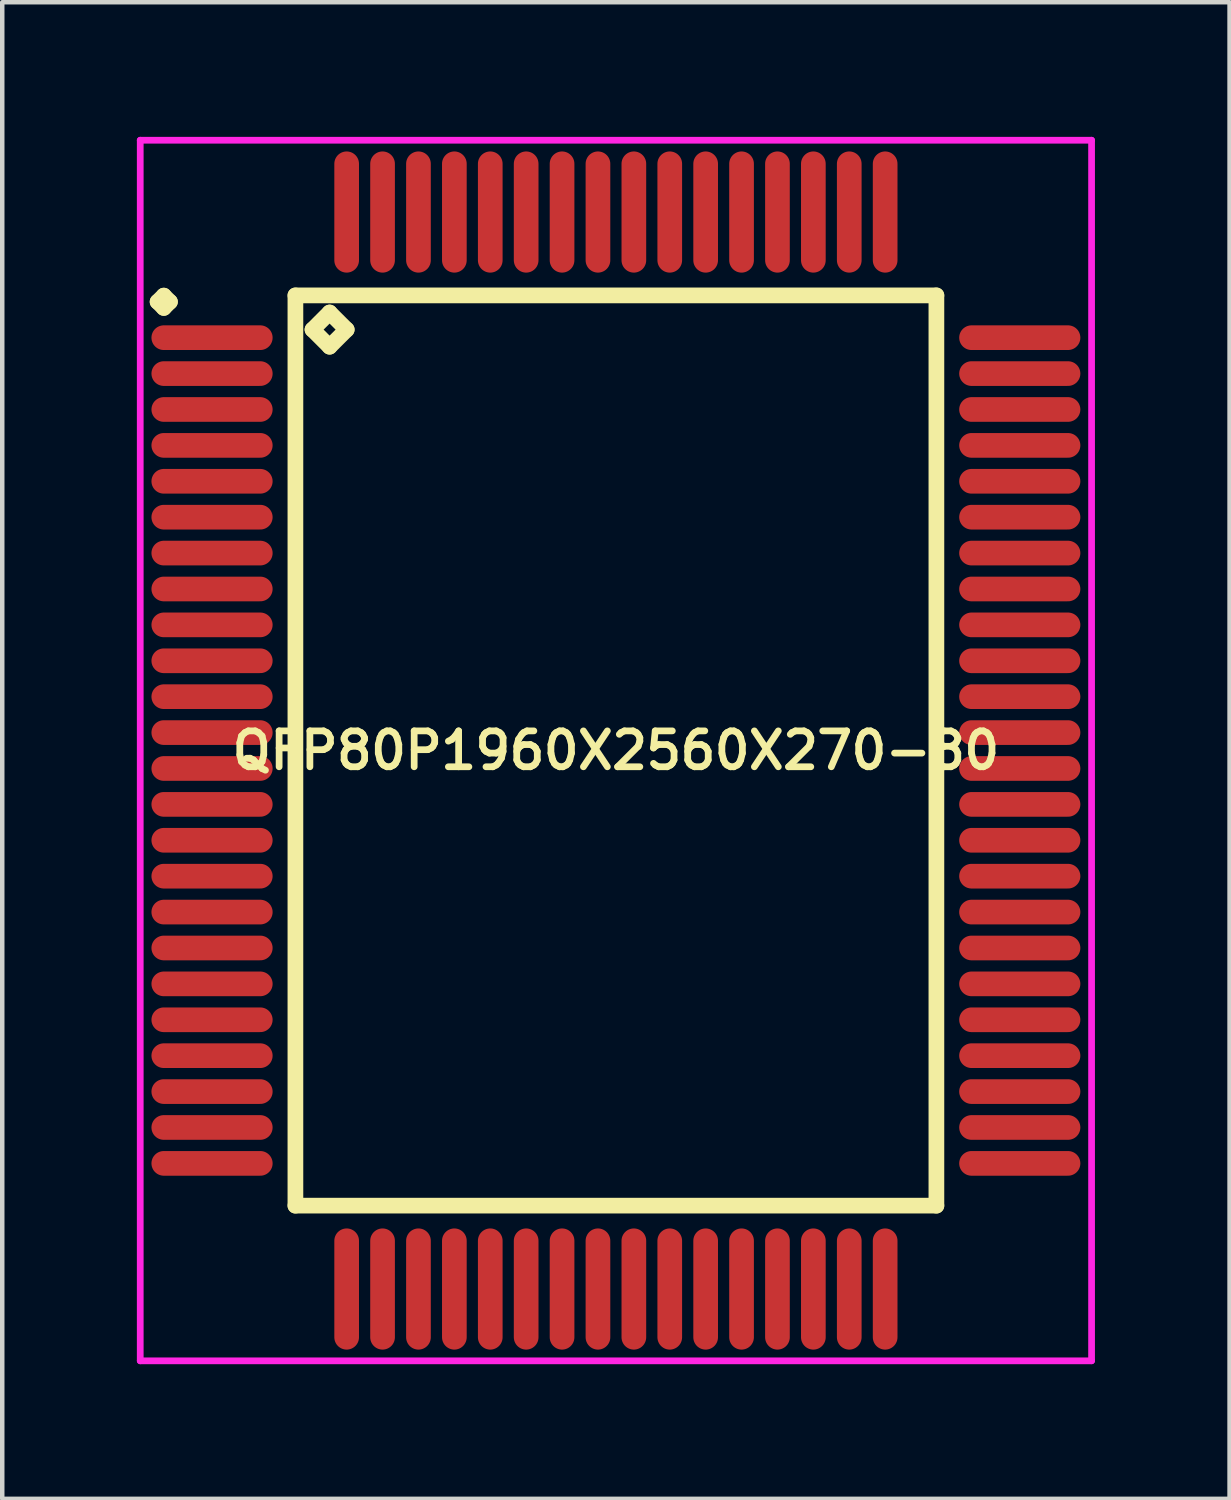
<source format=kicad_pcb>
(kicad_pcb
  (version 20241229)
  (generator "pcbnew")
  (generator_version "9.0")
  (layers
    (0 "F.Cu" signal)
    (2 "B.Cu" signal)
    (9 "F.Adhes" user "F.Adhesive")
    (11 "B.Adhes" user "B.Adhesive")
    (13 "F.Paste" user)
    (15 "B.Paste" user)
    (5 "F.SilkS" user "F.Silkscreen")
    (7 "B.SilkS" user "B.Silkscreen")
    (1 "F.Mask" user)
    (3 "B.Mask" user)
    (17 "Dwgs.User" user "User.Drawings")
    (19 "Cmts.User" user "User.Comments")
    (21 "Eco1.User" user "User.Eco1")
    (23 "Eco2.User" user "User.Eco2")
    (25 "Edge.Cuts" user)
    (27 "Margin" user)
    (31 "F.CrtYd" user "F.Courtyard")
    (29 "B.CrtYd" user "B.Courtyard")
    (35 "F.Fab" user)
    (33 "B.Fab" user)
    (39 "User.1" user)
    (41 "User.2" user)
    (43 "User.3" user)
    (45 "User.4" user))
  (footprint "QFP80P1960X2560X270-80"
    (layer "F.Cu")
    (at 10.675 13.675)
    (property "Reference" "QFP80P1960X2560X270-80" (at 0 0 0) (layer "F.SilkS") (effects (font (size 0.8 0.8) (thickness 0.15))))
    (attr smd)
    (fp_line (start -10.213 -10) (end -10.075 -10.137) (stroke (width 0.35) (type solid)) (layer "F.SilkS"))
    (fp_line (start -10.075 -10.137) (end -9.938 -10) (stroke (width 0.35) (type solid)) (layer "F.SilkS"))
    (fp_line (start -10.075 -9.863) (end -10.213 -10) (stroke (width 0.35) (type solid)) (layer "F.SilkS"))
    (fp_line (start -9.938 -10) (end -10.075 -9.863) (stroke (width 0.35) (type solid)) (layer "F.SilkS"))
    (fp_line (start -7.142 -10.142) (end -7.142 10.142) (stroke (width 0.35) (type solid)) (layer "F.SilkS"))
    (fp_line (start -7.142 10.142) (end 7.142 10.142) (stroke (width 0.35) (type solid)) (layer "F.SilkS"))
    (fp_line (start -6.761 -9.38) (end -6.38 -9.761) (stroke (width 0.35) (type solid)) (layer "F.SilkS"))
    (fp_line (start -6.38 -9.761) (end -5.999 -9.38) (stroke (width 0.35) (type solid)) (layer "F.SilkS"))
    (fp_line (start -6.38 -8.999) (end -6.761 -9.38) (stroke (width 0.35) (type solid)) (layer "F.SilkS"))
    (fp_line (start -5.999 -9.38) (end -6.38 -8.999) (stroke (width 0.35) (type solid)) (layer "F.SilkS"))
    (fp_line (start 7.142 -10.142) (end -7.142 -10.142) (stroke (width 0.35) (type solid)) (layer "F.SilkS"))
    (fp_line (start 7.142 10.142) (end 7.142 -10.142) (stroke (width 0.35) (type solid)) (layer "F.SilkS"))
    (fp_line (start -10.6 -13.6) (end 10.6 -13.6) (stroke (width 0.15) (type solid)) (layer "F.CrtYd"))
    (fp_line (start -10.6 13.6) (end -10.6 -13.6) (stroke (width 0.15) (type solid)) (layer "F.CrtYd"))
    (fp_line (start 10.6 -13.6) (end 10.6 13.6) (stroke (width 0.15) (type solid)) (layer "F.CrtYd"))
    (fp_line (start 10.6 13.6) (end -10.6 13.6) (stroke (width 0.15) (type solid)) (layer "F.CrtYd"))
    (pad "1" smd oval (at -9 -9.2) (size 2.7 0.55) (layers "F.Cu" "F.Mask" "F.Paste"))
    (pad "2" smd oval (at -9 -8.4) (size 2.7 0.55) (layers "F.Cu" "F.Mask" "F.Paste"))
    (pad "3" smd oval (at -9 -7.6) (size 2.7 0.55) (layers "F.Cu" "F.Mask" "F.Paste"))
    (pad "4" smd oval (at -9 -6.8) (size 2.7 0.55) (layers "F.Cu" "F.Mask" "F.Paste"))
    (pad "5" smd oval (at -9 -6) (size 2.7 0.55) (layers "F.Cu" "F.Mask" "F.Paste"))
    (pad "6" smd oval (at -9 -5.2) (size 2.7 0.55) (layers "F.Cu" "F.Mask" "F.Paste"))
    (pad "7" smd oval (at -9 -4.4) (size 2.7 0.55) (layers "F.Cu" "F.Mask" "F.Paste"))
    (pad "8" smd oval (at -9 -3.6) (size 2.7 0.55) (layers "F.Cu" "F.Mask" "F.Paste"))
    (pad "9" smd oval (at -9 -2.8) (size 2.7 0.55) (layers "F.Cu" "F.Mask" "F.Paste"))
    (pad "10" smd oval (at -9 -2) (size 2.7 0.55) (layers "F.Cu" "F.Mask" "F.Paste"))
    (pad "11" smd oval (at -9 -1.2) (size 2.7 0.55) (layers "F.Cu" "F.Mask" "F.Paste"))
    (pad "12" smd oval (at -9 -0.4) (size 2.7 0.55) (layers "F.Cu" "F.Mask" "F.Paste"))
    (pad "13" smd oval (at -9 0.4) (size 2.7 0.55) (layers "F.Cu" "F.Mask" "F.Paste"))
    (pad "14" smd oval (at -9 1.2) (size 2.7 0.55) (layers "F.Cu" "F.Mask" "F.Paste"))
    (pad "15" smd oval (at -9 2) (size 2.7 0.55) (layers "F.Cu" "F.Mask" "F.Paste"))
    (pad "16" smd oval (at -9 2.8) (size 2.7 0.55) (layers "F.Cu" "F.Mask" "F.Paste"))
    (pad "17" smd oval (at -9 3.6) (size 2.7 0.55) (layers "F.Cu" "F.Mask" "F.Paste"))
    (pad "18" smd oval (at -9 4.4) (size 2.7 0.55) (layers "F.Cu" "F.Mask" "F.Paste"))
    (pad "19" smd oval (at -9 5.2) (size 2.7 0.55) (layers "F.Cu" "F.Mask" "F.Paste"))
    (pad "20" smd oval (at -9 6) (size 2.7 0.55) (layers "F.Cu" "F.Mask" "F.Paste"))
    (pad "21" smd oval (at -9 6.8) (size 2.7 0.55) (layers "F.Cu" "F.Mask" "F.Paste"))
    (pad "22" smd oval (at -9 7.6) (size 2.7 0.55) (layers "F.Cu" "F.Mask" "F.Paste"))
    (pad "23" smd oval (at -9 8.4) (size 2.7 0.55) (layers "F.Cu" "F.Mask" "F.Paste"))
    (pad "24" smd oval (at -9 9.2) (size 2.7 0.55) (layers "F.Cu" "F.Mask" "F.Paste"))
    (pad "25" smd oval (at -6 12) (size 0.55 2.7) (layers "F.Cu" "F.Mask" "F.Paste"))
    (pad "26" smd oval (at -5.2 12) (size 0.55 2.7) (layers "F.Cu" "F.Mask" "F.Paste"))
    (pad "27" smd oval (at -4.4 12) (size 0.55 2.7) (layers "F.Cu" "F.Mask" "F.Paste"))
    (pad "28" smd oval (at -3.6 12) (size 0.55 2.7) (layers "F.Cu" "F.Mask" "F.Paste"))
    (pad "29" smd oval (at -2.8 12) (size 0.55 2.7) (layers "F.Cu" "F.Mask" "F.Paste"))
    (pad "30" smd oval (at -2 12) (size 0.55 2.7) (layers "F.Cu" "F.Mask" "F.Paste"))
    (pad "31" smd oval (at -1.2 12) (size 0.55 2.7) (layers "F.Cu" "F.Mask" "F.Paste"))
    (pad "32" smd oval (at -0.4 12) (size 0.55 2.7) (layers "F.Cu" "F.Mask" "F.Paste"))
    (pad "33" smd oval (at 0.4 12) (size 0.55 2.7) (layers "F.Cu" "F.Mask" "F.Paste"))
    (pad "34" smd oval (at 1.2 12) (size 0.55 2.7) (layers "F.Cu" "F.Mask" "F.Paste"))
    (pad "35" smd oval (at 2 12) (size 0.55 2.7) (layers "F.Cu" "F.Mask" "F.Paste"))
    (pad "36" smd oval (at 2.8 12) (size 0.55 2.7) (layers "F.Cu" "F.Mask" "F.Paste"))
    (pad "37" smd oval (at 3.6 12) (size 0.55 2.7) (layers "F.Cu" "F.Mask" "F.Paste"))
    (pad "38" smd oval (at 4.4 12) (size 0.55 2.7) (layers "F.Cu" "F.Mask" "F.Paste"))
    (pad "39" smd oval (at 5.2 12) (size 0.55 2.7) (layers "F.Cu" "F.Mask" "F.Paste"))
    (pad "40" smd oval (at 6 12) (size 0.55 2.7) (layers "F.Cu" "F.Mask" "F.Paste"))
    (pad "41" smd oval (at 9 9.2) (size 2.7 0.55) (layers "F.Cu" "F.Mask" "F.Paste"))
    (pad "42" smd oval (at 9 8.4) (size 2.7 0.55) (layers "F.Cu" "F.Mask" "F.Paste"))
    (pad "43" smd oval (at 9 7.6) (size 2.7 0.55) (layers "F.Cu" "F.Mask" "F.Paste"))
    (pad "44" smd oval (at 9 6.8) (size 2.7 0.55) (layers "F.Cu" "F.Mask" "F.Paste"))
    (pad "45" smd oval (at 9 6) (size 2.7 0.55) (layers "F.Cu" "F.Mask" "F.Paste"))
    (pad "46" smd oval (at 9 5.2) (size 2.7 0.55) (layers "F.Cu" "F.Mask" "F.Paste"))
    (pad "47" smd oval (at 9 4.4) (size 2.7 0.55) (layers "F.Cu" "F.Mask" "F.Paste"))
    (pad "48" smd oval (at 9 3.6) (size 2.7 0.55) (layers "F.Cu" "F.Mask" "F.Paste"))
    (pad "49" smd oval (at 9 2.8) (size 2.7 0.55) (layers "F.Cu" "F.Mask" "F.Paste"))
    (pad "50" smd oval (at 9 2) (size 2.7 0.55) (layers "F.Cu" "F.Mask" "F.Paste"))
    (pad "51" smd oval (at 9 1.2) (size 2.7 0.55) (layers "F.Cu" "F.Mask" "F.Paste"))
    (pad "52" smd oval (at 9 0.4) (size 2.7 0.55) (layers "F.Cu" "F.Mask" "F.Paste"))
    (pad "53" smd oval (at 9 -0.4) (size 2.7 0.55) (layers "F.Cu" "F.Mask" "F.Paste"))
    (pad "54" smd oval (at 9 -1.2) (size 2.7 0.55) (layers "F.Cu" "F.Mask" "F.Paste"))
    (pad "55" smd oval (at 9 -2) (size 2.7 0.55) (layers "F.Cu" "F.Mask" "F.Paste"))
    (pad "56" smd oval (at 9 -2.8) (size 2.7 0.55) (layers "F.Cu" "F.Mask" "F.Paste"))
    (pad "57" smd oval (at 9 -3.6) (size 2.7 0.55) (layers "F.Cu" "F.Mask" "F.Paste"))
    (pad "58" smd oval (at 9 -4.4) (size 2.7 0.55) (layers "F.Cu" "F.Mask" "F.Paste"))
    (pad "59" smd oval (at 9 -5.2) (size 2.7 0.55) (layers "F.Cu" "F.Mask" "F.Paste"))
    (pad "60" smd oval (at 9 -6) (size 2.7 0.55) (layers "F.Cu" "F.Mask" "F.Paste"))
    (pad "61" smd oval (at 9 -6.8) (size 2.7 0.55) (layers "F.Cu" "F.Mask" "F.Paste"))
    (pad "62" smd oval (at 9 -7.6) (size 2.7 0.55) (layers "F.Cu" "F.Mask" "F.Paste"))
    (pad "63" smd oval (at 9 -8.4) (size 2.7 0.55) (layers "F.Cu" "F.Mask" "F.Paste"))
    (pad "64" smd oval (at 9 -9.2) (size 2.7 0.55) (layers "F.Cu" "F.Mask" "F.Paste"))
    (pad "65" smd oval (at 6 -12) (size 0.55 2.7) (layers "F.Cu" "F.Mask" "F.Paste"))
    (pad "66" smd oval (at 5.2 -12) (size 0.55 2.7) (layers "F.Cu" "F.Mask" "F.Paste"))
    (pad "67" smd oval (at 4.4 -12) (size 0.55 2.7) (layers "F.Cu" "F.Mask" "F.Paste"))
    (pad "68" smd oval (at 3.6 -12) (size 0.55 2.7) (layers "F.Cu" "F.Mask" "F.Paste"))
    (pad "69" smd oval (at 2.8 -12) (size 0.55 2.7) (layers "F.Cu" "F.Mask" "F.Paste"))
    (pad "70" smd oval (at 2 -12) (size 0.55 2.7) (layers "F.Cu" "F.Mask" "F.Paste"))
    (pad "71" smd oval (at 1.2 -12) (size 0.55 2.7) (layers "F.Cu" "F.Mask" "F.Paste"))
    (pad "72" smd oval (at 0.4 -12) (size 0.55 2.7) (layers "F.Cu" "F.Mask" "F.Paste"))
    (pad "73" smd oval (at -0.4 -12) (size 0.55 2.7) (layers "F.Cu" "F.Mask" "F.Paste"))
    (pad "74" smd oval (at -1.2 -12) (size 0.55 2.7) (layers "F.Cu" "F.Mask" "F.Paste"))
    (pad "75" smd oval (at -2 -12) (size 0.55 2.7) (layers "F.Cu" "F.Mask" "F.Paste"))
    (pad "76" smd oval (at -2.8 -12) (size 0.55 2.7) (layers "F.Cu" "F.Mask" "F.Paste"))
    (pad "77" smd oval (at -3.6 -12) (size 0.55 2.7) (layers "F.Cu" "F.Mask" "F.Paste"))
    (pad "78" smd oval (at -4.4 -12) (size 0.55 2.7) (layers "F.Cu" "F.Mask" "F.Paste"))
    (pad "79" smd oval (at -5.2 -12) (size 0.55 2.7) (layers "F.Cu" "F.Mask" "F.Paste"))
    (pad "80" smd oval (at -6 -12) (size 0.55 2.7) (layers "F.Cu" "F.Mask" "F.Paste")))
  (gr_rect
    (start -3 -3)
    (end 24.35 30.35)
    (stroke (width 0.1) (type default))
    (fill no)
    (layer "Edge.Cuts")))
</source>
